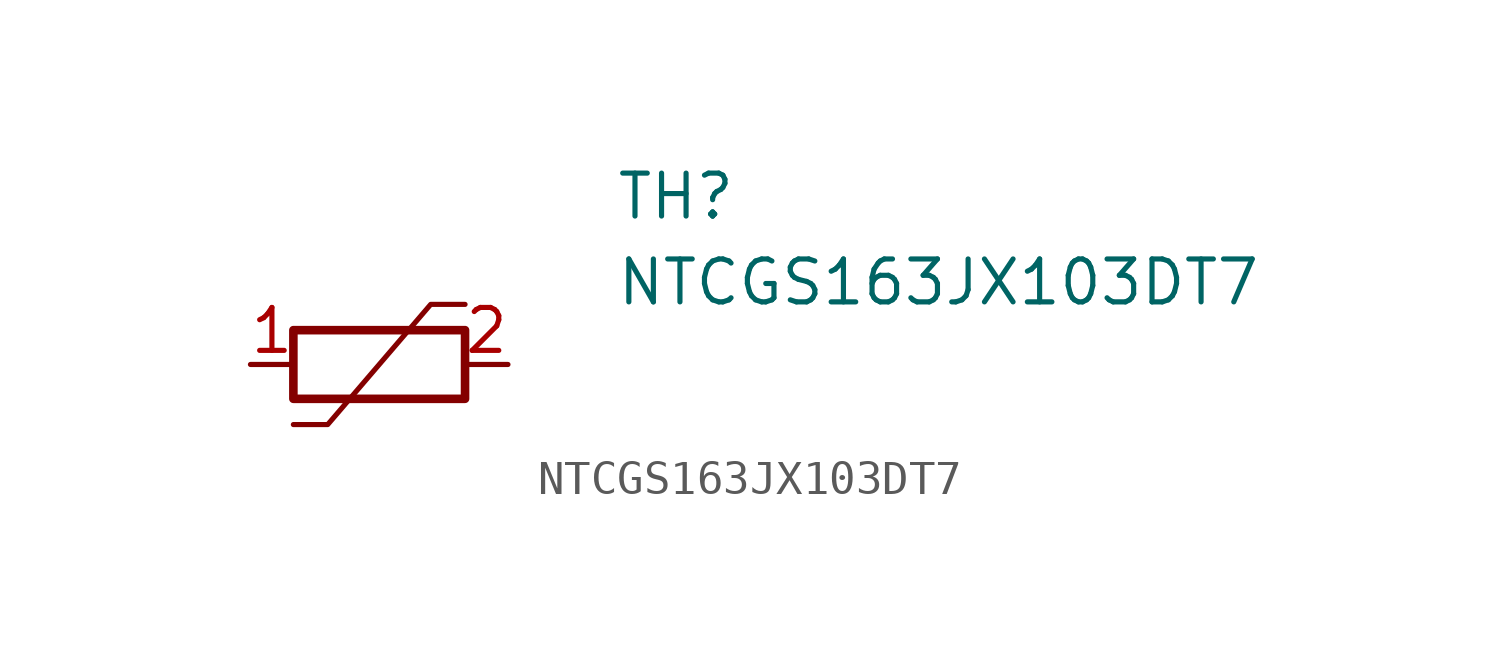
<source format=kicad_sym>
(kicad_symbol_lib
  (version 20241209)
  (generator "kicad_symbol_editor")
  (generator_version "9.0")
  (symbol "NTCGS163JX103DT7"
    (pin_names
      (hide yes))
    (property "Reference" "TH"
      (at 13.97 6.35 0)
      (effects (font (size 1.27 1.27)) (justify left top)))
    (property "Value" "NTCGS163JX103DT7"
      (at 13.97 3.81 0)
      (effects (font (size 1.27 1.27)) (justify left top)))
    (symbol "NTCGS163JX103DT7_0_1"
      (rectangle (start 4.445 -0.381) (end 9.525 1.651) (stroke (width 0.254) (type default)) (fill (type none)))
      (polyline (pts (xy 4.445 -1.143) (xy 5.461 -1.143) (xy 8.509 2.413) (xy 9.525 2.413)) (stroke (width 0) (type default)) (fill (type none))))
    (symbol "NTCGS163JX103DT7_1_1"
      (pin passive line (at 3.175 0.635 0) (length 1.27) (name "~" (effects (font (size 1.27 1.27)))) (number "1" (effects (font (size 1.27 1.27)))))
      (pin passive line (at 10.795 0.635 180) (length 1.27) (name "~" (effects (font (size 1.27 1.27)))) (number "2" (effects (font (size 1.27 1.27))))))))
</source>
